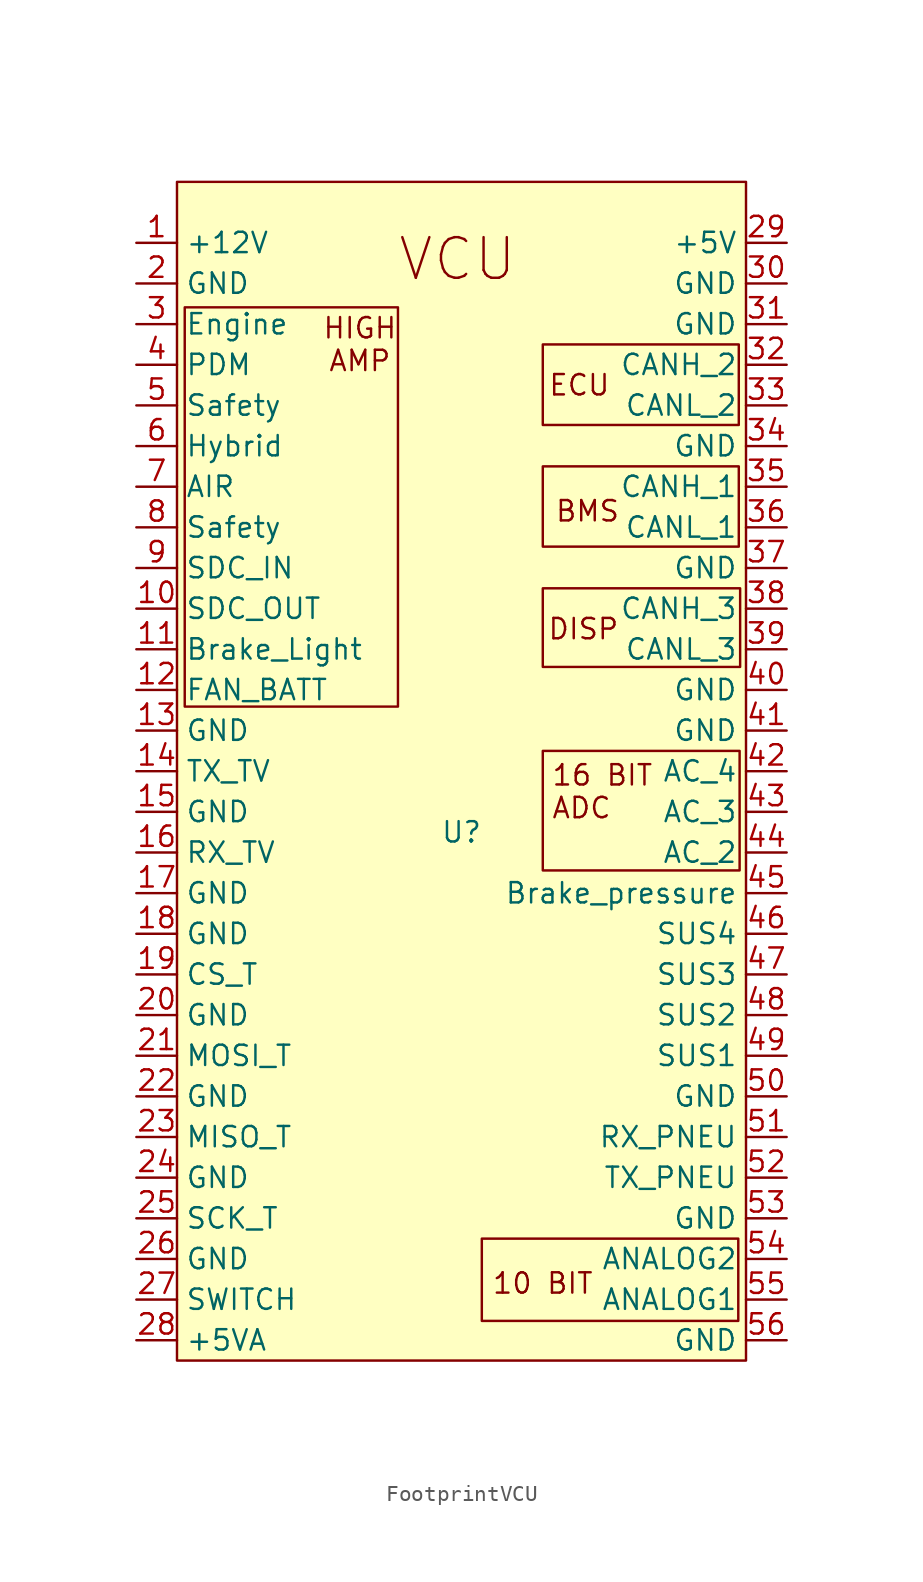
<source format=kicad_sym>
(kicad_symbol_lib
  (version 20241209)
  (generator "kicad_symbol_editor")
  (generator_version "9.0")
  (symbol "FootprintVCU"
    (property "Reference" "U"
      (at 0 0 0)
      (effects (font (size 1.27 1.27))))
    (property "Value" ""
      (at 0 0 0)
      (effects (font (size 1.27 1.27))))
    (symbol "FootprintVCU_0_1"
      (rectangle (start -17.296 32.8) (end -3.971 7.848) (stroke (width 0) (type default)) (fill (type none)))
      (rectangle (start 1.27 -25.4) (end 17.297 -30.542) (stroke (width 0) (type default)) (fill (type none)))
      (rectangle (start 5.08 30.48) (end 17.329 25.447) (stroke (width 0) (type default)) (fill (type none)))
      (rectangle (start 5.08 22.86) (end 17.329 17.845) (stroke (width 0) (type default)) (fill (type none)))
      (rectangle (start 5.08 15.24) (end 17.413 10.327) (stroke (width 0) (type default)) (fill (type none)))
      (rectangle (start 5.08 5.08) (end 17.38 -2.39) (stroke (width 0) (type default)) (fill (type none))))
    (symbol "FootprintVCU_1_1"
      (rectangle (start -17.78 40.64) (end 17.78 -33.02) (stroke (width 0) (type solid)) (fill (type background)))
      (text "HIGH\nAMP\n" (at -6.35 30.48 0) (effects (font (size 1.27 1.27))))
      (text "VCU" (at -0.254 35.814 0) (effects (font (size 2.54 2.54))))
      (text "10 BIT\n" (at 5.08 -28.194 0) (effects (font (size 1.27 1.27))))
      (text "16 BIT\nADC\n" (at 5.588 2.54 0) (effects (font (size 1.27 1.27)) (justify left)))
      (text "ECU\n" (at 7.366 27.94 0) (effects (font (size 1.27 1.27))))
      (text "DISP\n" (at 7.62 12.7 0) (effects (font (size 1.27 1.27))))
      (text "BMS\n" (at 7.874 20.066 0) (effects (font (size 1.27 1.27))))
      (pin power_in line (at -20.32 36.83 0) (length 2.54) (name "+12V" (effects (font (size 1.27 1.27)))) (number "1" (effects (font (size 1.27 1.27)))))
      (pin power_in line (at -20.32 34.29 0) (length 2.54) (name "GND" (effects (font (size 1.27 1.27)))) (number "2" (effects (font (size 1.27 1.27)))))
      (pin bidirectional line (at -20.32 31.75 0) (length 2.54) (name "Engine" (effects (font (size 1.27 1.27)))) (number "3" (effects (font (size 1.27 1.27)))))
      (pin bidirectional line (at -20.32 29.21 0) (length 2.54) (name "PDM" (effects (font (size 1.27 1.27)))) (number "4" (effects (font (size 1.27 1.27)))))
      (pin bidirectional line (at -20.32 26.67 0) (length 2.54) (name "Safety" (effects (font (size 1.27 1.27)))) (number "5" (effects (font (size 1.27 1.27)))))
      (pin bidirectional line (at -20.32 24.13 0) (length 2.54) (name "Hybrid" (effects (font (size 1.27 1.27)))) (number "6" (effects (font (size 1.27 1.27)))))
      (pin bidirectional line (at -20.32 21.59 0) (length 2.54) (name "AIR" (effects (font (size 1.27 1.27)))) (number "7" (effects (font (size 1.27 1.27)))))
      (pin bidirectional line (at -20.32 19.05 0) (length 2.54) (name "Safety" (effects (font (size 1.27 1.27)))) (number "8" (effects (font (size 1.27 1.27)))))
      (pin bidirectional line (at -20.32 16.51 0) (length 2.54) (name "SDC_IN" (effects (font (size 1.27 1.27)))) (number "9" (effects (font (size 1.27 1.27)))))
      (pin bidirectional line (at -20.32 13.97 0) (length 2.54) (name "SDC_OUT" (effects (font (size 1.27 1.27)))) (number "10" (effects (font (size 1.27 1.27)))))
      (pin bidirectional line (at -20.32 11.43 0) (length 2.54) (name "Brake_Light" (effects (font (size 1.27 1.27)))) (number "11" (effects (font (size 1.27 1.27)))))
      (pin bidirectional line (at -20.32 8.89 0) (length 2.54) (name "FAN_BATT" (effects (font (size 1.27 1.27)))) (number "12" (effects (font (size 1.27 1.27)))))
      (pin power_in line (at -20.32 6.35 0) (length 2.54) (name "GND" (effects (font (size 1.27 1.27)))) (number "13" (effects (font (size 1.27 1.27)))))
      (pin bidirectional line (at -20.32 3.81 0) (length 2.54) (name "TX_TV" (effects (font (size 1.27 1.27)))) (number "14" (effects (font (size 1.27 1.27)))))
      (pin power_in line (at -20.32 1.27 0) (length 2.54) (name "GND" (effects (font (size 1.27 1.27)))) (number "15" (effects (font (size 1.27 1.27)))))
      (pin bidirectional line (at -20.32 -1.27 0) (length 2.54) (name "RX_TV" (effects (font (size 1.27 1.27)))) (number "16" (effects (font (size 1.27 1.27)))))
      (pin power_in line (at -20.32 -3.81 0) (length 2.54) (name "GND" (effects (font (size 1.27 1.27)))) (number "17" (effects (font (size 1.27 1.27)))))
      (pin power_in line (at -20.32 -6.35 0) (length 2.54) (name "GND" (effects (font (size 1.27 1.27)))) (number "18" (effects (font (size 1.27 1.27)))))
      (pin bidirectional line (at -20.32 -8.89 0) (length 2.54) (name "CS_T" (effects (font (size 1.27 1.27)))) (number "19" (effects (font (size 1.27 1.27)))))
      (pin power_in line (at -20.32 -11.43 0) (length 2.54) (name "GND" (effects (font (size 1.27 1.27)))) (number "20" (effects (font (size 1.27 1.27)))))
      (pin bidirectional line (at -20.32 -13.97 0) (length 2.54) (name "MOSI_T" (effects (font (size 1.27 1.27)))) (number "21" (effects (font (size 1.27 1.27)))))
      (pin power_in line (at -20.32 -16.51 0) (length 2.54) (name "GND" (effects (font (size 1.27 1.27)))) (number "22" (effects (font (size 1.27 1.27)))))
      (pin bidirectional line (at -20.32 -19.05 0) (length 2.54) (name "MISO_T" (effects (font (size 1.27 1.27)))) (number "23" (effects (font (size 1.27 1.27)))))
      (pin power_in line (at -20.32 -21.59 0) (length 2.54) (name "GND" (effects (font (size 1.27 1.27)))) (number "24" (effects (font (size 1.27 1.27)))))
      (pin bidirectional line (at -20.32 -24.13 0) (length 2.54) (name "SCK_T" (effects (font (size 1.27 1.27)))) (number "25" (effects (font (size 1.27 1.27)))))
      (pin power_in line (at -20.32 -26.67 0) (length 2.54) (name "GND" (effects (font (size 1.27 1.27)))) (number "26" (effects (font (size 1.27 1.27)))))
      (pin bidirectional line (at -20.32 -29.21 0) (length 2.54) (name "SWITCH" (effects (font (size 1.27 1.27)))) (number "27" (effects (font (size 1.27 1.27)))))
      (pin power_in line (at -20.32 -31.75 0) (length 2.54) (name "+5VA" (effects (font (size 1.27 1.27)))) (number "28" (effects (font (size 1.27 1.27)))))
      (pin power_in line (at 20.32 36.83 180) (length 2.54) (name "+5V" (effects (font (size 1.27 1.27)))) (number "29" (effects (font (size 1.27 1.27)))))
      (pin power_in line (at 20.32 34.29 180) (length 2.54) (name "GND" (effects (font (size 1.27 1.27)))) (number "30" (effects (font (size 1.27 1.27)))))
      (pin power_in line (at 20.32 31.75 180) (length 2.54) (name "GND" (effects (font (size 1.27 1.27)))) (number "31" (effects (font (size 1.27 1.27)))))
      (pin bidirectional line (at 20.32 29.21 180) (length 2.54) (name "CANH_2" (effects (font (size 1.27 1.27)))) (number "32" (effects (font (size 1.27 1.27)))))
      (pin bidirectional line (at 20.32 26.67 180) (length 2.54) (name "CANL_2" (effects (font (size 1.27 1.27)))) (number "33" (effects (font (size 1.27 1.27)))))
      (pin power_in line (at 20.32 24.13 180) (length 2.54) (name "GND" (effects (font (size 1.27 1.27)))) (number "34" (effects (font (size 1.27 1.27)))))
      (pin bidirectional line (at 20.32 21.59 180) (length 2.54) (name "CANH_1" (effects (font (size 1.27 1.27)))) (number "35" (effects (font (size 1.27 1.27)))))
      (pin bidirectional line (at 20.32 19.05 180) (length 2.54) (name "CANL_1" (effects (font (size 1.27 1.27)))) (number "36" (effects (font (size 1.27 1.27)))))
      (pin power_in line (at 20.32 16.51 180) (length 2.54) (name "GND" (effects (font (size 1.27 1.27)))) (number "37" (effects (font (size 1.27 1.27)))))
      (pin bidirectional line (at 20.32 13.97 180) (length 2.54) (name "CANH_3" (effects (font (size 1.27 1.27)))) (number "38" (effects (font (size 1.27 1.27)))))
      (pin bidirectional line (at 20.32 11.43 180) (length 2.54) (name "CANL_3" (effects (font (size 1.27 1.27)))) (number "39" (effects (font (size 1.27 1.27)))))
      (pin power_in line (at 20.32 8.89 180) (length 2.54) (name "GND" (effects (font (size 1.27 1.27)))) (number "40" (effects (font (size 1.27 1.27)))))
      (pin bidirectional line (at 20.32 6.35 180) (length 2.54) (name "GND" (effects (font (size 1.27 1.27)))) (number "41" (effects (font (size 1.27 1.27)))))
      (pin power_in line (at 20.32 3.81 180) (length 2.54) (name "AC_4" (effects (font (size 1.27 1.27)))) (number "42" (effects (font (size 1.27 1.27)))))
      (pin power_in line (at 20.32 1.27 180) (length 2.54) (name "AC_3" (effects (font (size 1.27 1.27)))) (number "43" (effects (font (size 1.27 1.27)))))
      (pin power_in line (at 20.32 -1.27 180) (length 2.54) (name "AC_2" (effects (font (size 1.27 1.27)))) (number "44" (effects (font (size 1.27 1.27)))))
      (pin bidirectional line (at 20.32 -3.81 180) (length 2.54) (name "Brake_pressure" (effects (font (size 1.27 1.27)))) (number "45" (effects (font (size 1.27 1.27)))))
      (pin bidirectional line (at 20.32 -6.35 180) (length 2.54) (name "SUS4" (effects (font (size 1.27 1.27)))) (number "46" (effects (font (size 1.27 1.27)))))
      (pin bidirectional line (at 20.32 -8.89 180) (length 2.54) (name "SUS3" (effects (font (size 1.27 1.27)))) (number "47" (effects (font (size 1.27 1.27)))))
      (pin bidirectional line (at 20.32 -11.43 180) (length 2.54) (name "SUS2" (effects (font (size 1.27 1.27)))) (number "48" (effects (font (size 1.27 1.27)))))
      (pin power_in line (at 20.32 -13.97 180) (length 2.54) (name "SUS1" (effects (font (size 1.27 1.27)))) (number "49" (effects (font (size 1.27 1.27)))))
      (pin bidirectional line (at 20.32 -16.51 180) (length 2.54) (name "GND" (effects (font (size 1.27 1.27)))) (number "50" (effects (font (size 1.27 1.27)))))
      (pin bidirectional line (at 20.32 -19.05 180) (length 2.54) (name "RX_PNEU" (effects (font (size 1.27 1.27)))) (number "51" (effects (font (size 1.27 1.27)))))
      (pin bidirectional line (at 20.32 -21.59 180) (length 2.54) (name "TX_PNEU" (effects (font (size 1.27 1.27)))) (number "52" (effects (font (size 1.27 1.27)))))
      (pin bidirectional line (at 20.32 -24.13 180) (length 2.54) (name "GND" (effects (font (size 1.27 1.27)))) (number "53" (effects (font (size 1.27 1.27)))))
      (pin power_in line (at 20.32 -26.67 180) (length 2.54) (name "ANALOG2" (effects (font (size 1.27 1.27)))) (number "54" (effects (font (size 1.27 1.27)))))
      (pin bidirectional line (at 20.32 -29.21 180) (length 2.54) (name "ANALOG1" (effects (font (size 1.27 1.27)))) (number "55" (effects (font (size 1.27 1.27)))))
      (pin power_in line (at 20.32 -31.75 180) (length 2.54) (name "GND" (effects (font (size 1.27 1.27)))) (number "56" (effects (font (size 1.27 1.27))))))))
</source>
